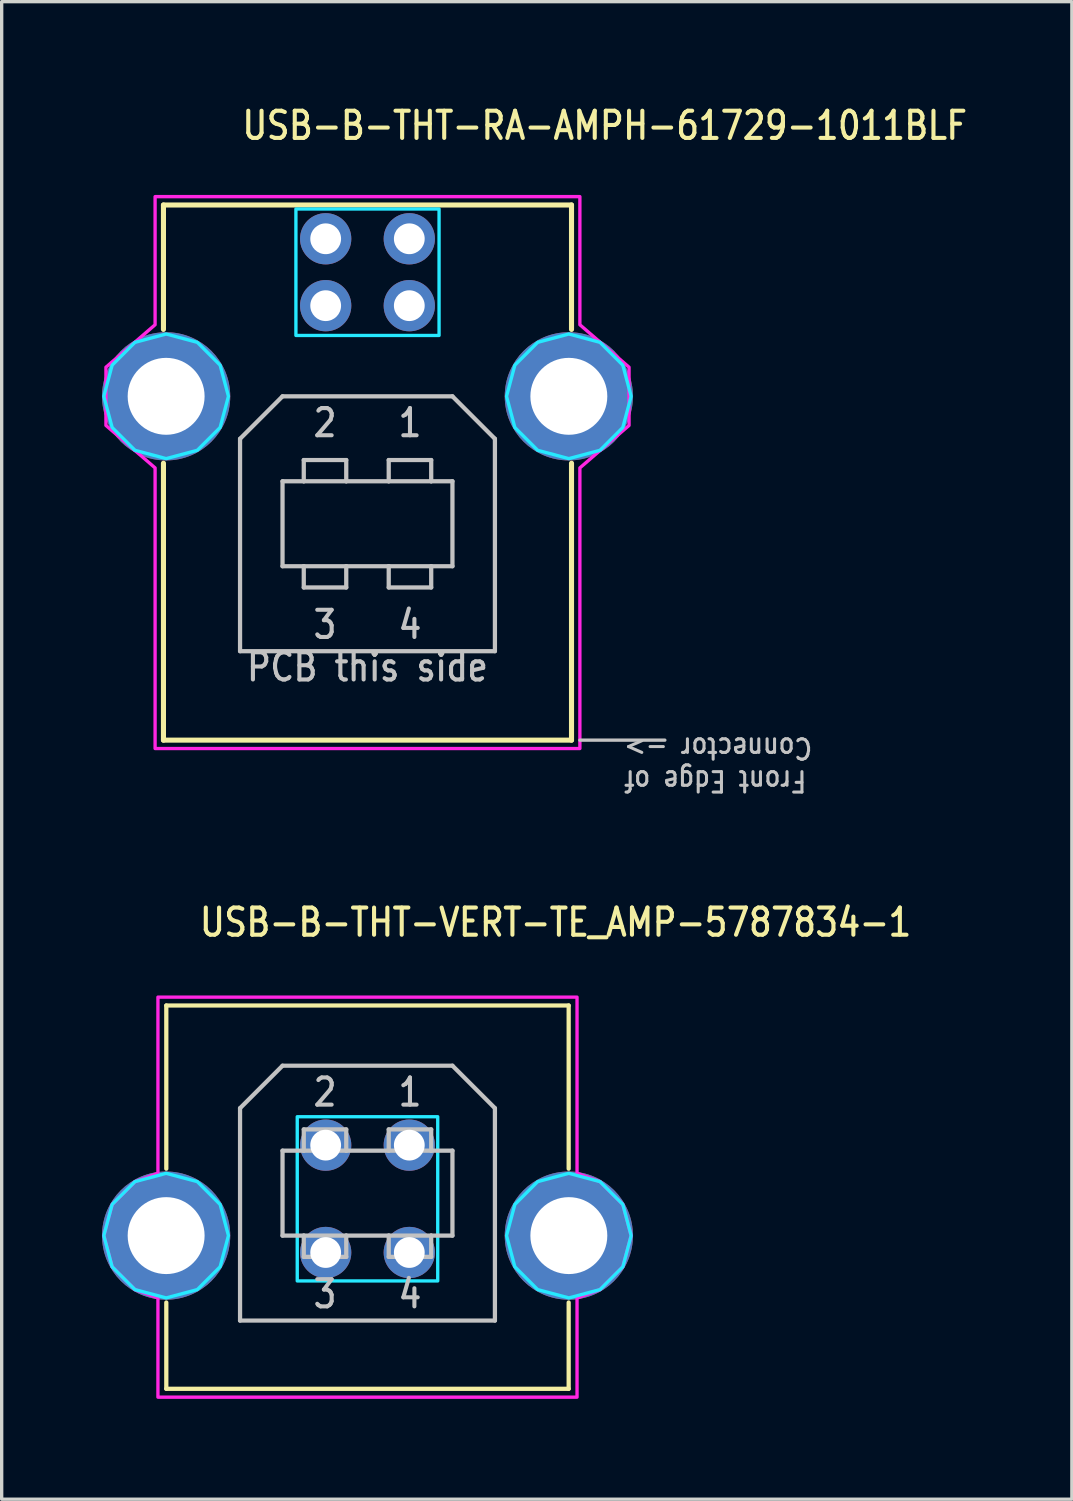
<source format=kicad_pcb>
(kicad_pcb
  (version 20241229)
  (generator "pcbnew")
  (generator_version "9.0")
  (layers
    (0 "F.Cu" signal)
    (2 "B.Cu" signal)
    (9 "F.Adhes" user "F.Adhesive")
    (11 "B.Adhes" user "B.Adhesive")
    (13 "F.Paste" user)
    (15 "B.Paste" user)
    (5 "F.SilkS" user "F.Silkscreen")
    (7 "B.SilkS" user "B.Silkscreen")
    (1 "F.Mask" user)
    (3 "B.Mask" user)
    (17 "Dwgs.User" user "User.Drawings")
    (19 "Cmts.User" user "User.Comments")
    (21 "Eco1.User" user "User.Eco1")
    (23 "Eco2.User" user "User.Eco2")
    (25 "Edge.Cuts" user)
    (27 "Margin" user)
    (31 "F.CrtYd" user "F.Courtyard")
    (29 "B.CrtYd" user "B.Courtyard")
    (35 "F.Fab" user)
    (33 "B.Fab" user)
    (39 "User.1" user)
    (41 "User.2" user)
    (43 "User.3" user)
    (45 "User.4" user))
  (footprint "USB-B-THT-VERT-TE_AMP-5787834-1"
    (layer "F.Cu")
    (at 7.937 33.892)
    (property "Reference" "USB-B-THT-VERT-TE_AMP-5787834-1" (at -5.08 -8.89 0) (unlocked yes) (layer "F.SilkS") (effects (font (size 0.813 0.695) (thickness 0.122)) (justify left bottom)))
    (fp_line (start -6.015 -6.88) (end 6.015 -6.88) (stroke (width 0.127) (type solid)) (layer "F.SilkS"))
    (fp_line (start -6.015 -2) (end -6.015 -6.88) (stroke (width 0.127) (type solid)) (layer "F.SilkS"))
    (fp_line (start -6.015 2) (end -6.015 4.58) (stroke (width 0.127) (type solid)) (layer "F.SilkS"))
    (fp_line (start -6.015 4.58) (end 6.015 4.58) (stroke (width 0.127) (type solid)) (layer "F.SilkS"))
    (fp_line (start 6.015 -6.88) (end 6.015 -2) (stroke (width 0.127) (type solid)) (layer "F.SilkS"))
    (fp_line (start 6.015 4.58) (end 6.015 2) (stroke (width 0.127) (type solid)) (layer "F.SilkS"))
    (fp_line (start -3.81 -3.81) (end -3.81 2.54) (stroke (width 0.127) (type solid)) (layer "Dwgs.User"))
    (fp_line (start -3.81 2.54) (end 3.81 2.54) (stroke (width 0.127) (type solid)) (layer "Dwgs.User"))
    (fp_line (start -2.54 -5.08) (end -3.81 -3.81) (stroke (width 0.127) (type solid)) (layer "Dwgs.User"))
    (fp_line (start -2.54 -2.54) (end -1.905 -2.54) (stroke (width 0.127) (type solid)) (layer "Dwgs.User"))
    (fp_line (start -2.54 0) (end -2.54 -2.54) (stroke (width 0.127) (type solid)) (layer "Dwgs.User"))
    (fp_line (start -1.905 -3.175) (end -1.905 -2.54) (stroke (width 0.127) (type solid)) (layer "Dwgs.User"))
    (fp_line (start -1.905 -2.54) (end -0.635 -2.54) (stroke (width 0.127) (type solid)) (layer "Dwgs.User"))
    (fp_line (start -1.905 0) (end -2.54 0) (stroke (width 0.127) (type solid)) (layer "Dwgs.User"))
    (fp_line (start -1.905 0.635) (end -1.905 0) (stroke (width 0.127) (type solid)) (layer "Dwgs.User"))
    (fp_line (start -0.635 -3.175) (end -1.905 -3.175) (stroke (width 0.127) (type solid)) (layer "Dwgs.User"))
    (fp_line (start -0.635 -2.54) (end -0.635 -3.175) (stroke (width 0.127) (type solid)) (layer "Dwgs.User"))
    (fp_line (start -0.635 -2.54) (end 0.635 -2.54) (stroke (width 0.127) (type solid)) (layer "Dwgs.User"))
    (fp_line (start -0.635 0) (end -1.905 0) (stroke (width 0.127) (type solid)) (layer "Dwgs.User"))
    (fp_line (start -0.635 0) (end -0.635 0.635) (stroke (width 0.127) (type solid)) (layer "Dwgs.User"))
    (fp_line (start -0.635 0.635) (end -1.905 0.635) (stroke (width 0.127) (type solid)) (layer "Dwgs.User"))
    (fp_line (start 0.635 -3.175) (end 0.635 -2.54) (stroke (width 0.127) (type solid)) (layer "Dwgs.User"))
    (fp_line (start 0.635 -2.54) (end 1.905 -2.54) (stroke (width 0.127) (type solid)) (layer "Dwgs.User"))
    (fp_line (start 0.635 0) (end -0.635 0) (stroke (width 0.127) (type solid)) (layer "Dwgs.User"))
    (fp_line (start 0.635 0.635) (end 0.635 0) (stroke (width 0.127) (type solid)) (layer "Dwgs.User"))
    (fp_line (start 1.905 -3.175) (end 0.635 -3.175) (stroke (width 0.127) (type solid)) (layer "Dwgs.User"))
    (fp_line (start 1.905 -2.54) (end 1.905 -3.175) (stroke (width 0.127) (type solid)) (layer "Dwgs.User"))
    (fp_line (start 1.905 -2.54) (end 2.54 -2.54) (stroke (width 0.127) (type solid)) (layer "Dwgs.User"))
    (fp_line (start 1.905 0) (end 0.635 0) (stroke (width 0.127) (type solid)) (layer "Dwgs.User"))
    (fp_line (start 1.905 0) (end 1.905 0.635) (stroke (width 0.127) (type solid)) (layer "Dwgs.User"))
    (fp_line (start 1.905 0.635) (end 0.635 0.635) (stroke (width 0.127) (type solid)) (layer "Dwgs.User"))
    (fp_line (start 2.54 -5.08) (end -2.54 -5.08) (stroke (width 0.127) (type solid)) (layer "Dwgs.User"))
    (fp_line (start 2.54 -2.54) (end 2.54 0) (stroke (width 0.127) (type solid)) (layer "Dwgs.User"))
    (fp_line (start 2.54 0) (end 1.905 0) (stroke (width 0.127) (type solid)) (layer "Dwgs.User"))
    (fp_line (start 3.81 -3.81) (end 2.54 -5.08) (stroke (width 0.127) (type solid)) (layer "Dwgs.User"))
    (fp_line (start 3.81 2.54) (end 3.81 -3.81) (stroke (width 0.127) (type solid)) (layer "Dwgs.User"))
    (fp_poly (pts (xy -2.1 -3.555) (xy 2.1 -3.555) (xy 2.1 1.355) (xy -2.1 1.355)) (stroke (width 0.1) (type solid)) (fill no) (layer "B.CrtYd"))
    (fp_poly (pts (xy -4.157 0) (xy -4.406 -0.932) (xy -5.088 -1.614) (xy -6.02 -1.863) (xy -6.952 -1.614) (xy -7.634 -0.932) (xy -7.883 0) (xy -7.634 0.932) (xy -6.952 1.614) (xy -6.02 1.863) (xy -5.088 1.614) (xy -4.406 0.932)) (stroke (width 0.1) (type solid)) (fill no) (layer "B.CrtYd"))
    (fp_poly (pts (xy 7.883 0) (xy 7.634 -0.932) (xy 6.952 -1.614) (xy 6.02 -1.863) (xy 5.088 -1.614) (xy 4.406 -0.932) (xy 4.157 0) (xy 4.406 0.932) (xy 5.088 1.614) (xy 6.02 1.863) (xy 6.952 1.614) (xy 7.634 0.932)) (stroke (width 0.1) (type solid)) (fill no) (layer "B.CrtYd"))
    (fp_poly (pts (xy -6.265 -1.863) (xy -6.265 -7.13) (xy 6.265 -7.13) (xy 6.265 -1.863) (xy 6.952 -1.614) (xy 7.634 -0.932) (xy 7.883 0) (xy 7.634 0.932) (xy 6.952 1.614) (xy 6.265 1.863) (xy 6.265 4.83) (xy -6.265 4.83) (xy -6.265 1.863) (xy -6.952 1.614) (xy -7.634 0.932) (xy -7.883 0) (xy -7.634 -0.932) (xy -6.952 -1.614)) (stroke (width 0.1) (type solid)) (fill no) (layer "F.CrtYd"))
    (fp_text user "4" (at 1.27 1.27 0) (unlocked yes) (layer "Dwgs.User") (effects (font (size 0.813 0.695) (thickness 0.122)) (justify top)))
    (fp_text user "1" (at 1.27 -3.81 0) (unlocked yes) (layer "Dwgs.User") (effects (font (size 0.813 0.695) (thickness 0.122)) (justify bottom)))
    (fp_text user "2" (at -1.27 -3.81 0) (unlocked yes) (layer "Dwgs.User") (effects (font (size 0.813 0.695) (thickness 0.122)) (justify bottom)))
    (fp_text user "3" (at -1.27 1.27 0) (unlocked yes) (layer "Dwgs.User") (effects (font (size 0.813 0.695) (thickness 0.122)) (justify top)))
    (pad "1" thru_hole oval (at 1.25 -2.705) (size 1.533 1.533) (drill 0.92) (layers "*.Cu" "*.Mask"))
    (pad "2" thru_hole oval (at -1.25 -2.705) (size 1.533 1.533) (drill 0.92) (layers "*.Cu" "*.Mask"))
    (pad "3" thru_hole oval (at -1.25 0.505) (size 1.533 1.533) (drill 0.92) (layers "*.Cu" "*.Mask"))
    (pad "4" thru_hole oval (at 1.25 0.505) (size 1.533 1.533) (drill 0.92) (layers "*.Cu" "*.Mask"))
    (pad "SHELL1" thru_hole oval (at -6.02 0) (size 3.833 3.833) (drill 2.3) (layers "*.Cu" "*.Mask"))
    (pad "SHELL2" thru_hole oval (at 6.02 0) (size 3.833 3.833) (drill 2.3) (layers "*.Cu" "*.Mask")))
  (footprint "USB-B-THT-RA-AMPH-61729-1011BLF"
    (layer "F.Cu")
    (at 7.937 8.799)
    (property "Reference" "USB-B-THT-RA-AMPH-61729-1011BLF" (at -3.81 -7.62 0) (unlocked yes) (layer "F.SilkS") (effects (font (size 0.813 0.695) (thickness 0.122)) (justify left bottom)))
    (fp_line (start -6.1 -5.72) (end 6.1 -5.72) (stroke (width 0.152) (type solid)) (layer "F.SilkS"))
    (fp_line (start -6.1 -2) (end -6.1 -5.72) (stroke (width 0.152) (type solid)) (layer "F.SilkS"))
    (fp_line (start -6.1 10.28) (end -6.1 2) (stroke (width 0.152) (type solid)) (layer "F.SilkS"))
    (fp_line (start 6.1 -5.72) (end 6.1 -2) (stroke (width 0.152) (type solid)) (layer "F.SilkS"))
    (fp_line (start 6.1 2) (end 6.1 10.28) (stroke (width 0.152) (type solid)) (layer "F.SilkS"))
    (fp_line (start 6.1 10.28) (end -6.1 10.28) (stroke (width 0.152) (type solid)) (layer "F.SilkS"))
    (fp_line (start -3.81 1.27) (end -3.81 7.62) (stroke (width 0.127) (type solid)) (layer "Dwgs.User"))
    (fp_line (start -3.81 7.62) (end 3.81 7.62) (stroke (width 0.127) (type solid)) (layer "Dwgs.User"))
    (fp_line (start -2.54 0) (end -3.81 1.27) (stroke (width 0.127) (type solid)) (layer "Dwgs.User"))
    (fp_line (start -2.54 2.54) (end -1.905 2.54) (stroke (width 0.127) (type solid)) (layer "Dwgs.User"))
    (fp_line (start -2.54 5.08) (end -2.54 2.54) (stroke (width 0.127) (type solid)) (layer "Dwgs.User"))
    (fp_line (start -1.905 1.905) (end -1.905 2.54) (stroke (width 0.127) (type solid)) (layer "Dwgs.User"))
    (fp_line (start -1.905 2.54) (end -0.635 2.54) (stroke (width 0.127) (type solid)) (layer "Dwgs.User"))
    (fp_line (start -1.905 5.08) (end -2.54 5.08) (stroke (width 0.127) (type solid)) (layer "Dwgs.User"))
    (fp_line (start -1.905 5.715) (end -1.905 5.08) (stroke (width 0.127) (type solid)) (layer "Dwgs.User"))
    (fp_line (start -0.635 1.905) (end -1.905 1.905) (stroke (width 0.127) (type solid)) (layer "Dwgs.User"))
    (fp_line (start -0.635 2.54) (end -0.635 1.905) (stroke (width 0.127) (type solid)) (layer "Dwgs.User"))
    (fp_line (start -0.635 2.54) (end 0.635 2.54) (stroke (width 0.127) (type solid)) (layer "Dwgs.User"))
    (fp_line (start -0.635 5.08) (end -1.905 5.08) (stroke (width 0.127) (type solid)) (layer "Dwgs.User"))
    (fp_line (start -0.635 5.08) (end -0.635 5.715) (stroke (width 0.127) (type solid)) (layer "Dwgs.User"))
    (fp_line (start -0.635 5.715) (end -1.905 5.715) (stroke (width 0.127) (type solid)) (layer "Dwgs.User"))
    (fp_line (start 0.635 1.905) (end 0.635 2.54) (stroke (width 0.127) (type solid)) (layer "Dwgs.User"))
    (fp_line (start 0.635 2.54) (end 1.905 2.54) (stroke (width 0.127) (type solid)) (layer "Dwgs.User"))
    (fp_line (start 0.635 5.08) (end -0.635 5.08) (stroke (width 0.127) (type solid)) (layer "Dwgs.User"))
    (fp_line (start 0.635 5.715) (end 0.635 5.08) (stroke (width 0.127) (type solid)) (layer "Dwgs.User"))
    (fp_line (start 1.905 1.905) (end 0.635 1.905) (stroke (width 0.127) (type solid)) (layer "Dwgs.User"))
    (fp_line (start 1.905 2.54) (end 1.905 1.905) (stroke (width 0.127) (type solid)) (layer "Dwgs.User"))
    (fp_line (start 1.905 2.54) (end 2.54 2.54) (stroke (width 0.127) (type solid)) (layer "Dwgs.User"))
    (fp_line (start 1.905 5.08) (end 0.635 5.08) (stroke (width 0.127) (type solid)) (layer "Dwgs.User"))
    (fp_line (start 1.905 5.08) (end 1.905 5.715) (stroke (width 0.127) (type solid)) (layer "Dwgs.User"))
    (fp_line (start 1.905 5.715) (end 0.635 5.715) (stroke (width 0.127) (type solid)) (layer "Dwgs.User"))
    (fp_line (start 2.54 0) (end -2.54 0) (stroke (width 0.127) (type solid)) (layer "Dwgs.User"))
    (fp_line (start 2.54 2.54) (end 2.54 5.08) (stroke (width 0.127) (type solid)) (layer "Dwgs.User"))
    (fp_line (start 2.54 5.08) (end 1.905 5.08) (stroke (width 0.127) (type solid)) (layer "Dwgs.User"))
    (fp_line (start 3.81 1.27) (end 2.54 0) (stroke (width 0.127) (type solid)) (layer "Dwgs.User"))
    (fp_line (start 3.81 7.62) (end 3.81 1.27) (stroke (width 0.127) (type solid)) (layer "Dwgs.User"))
    (fp_line (start 6.35 10.28) (end 8.89 10.28) (stroke (width 0.1) (type solid)) (layer "Dwgs.User"))
    (fp_poly (pts (xy -2.14 -5.6) (xy 2.14 -5.6) (xy 2.14 -1.82) (xy -2.14 -1.82)) (stroke (width 0.1) (type solid)) (fill no) (layer "B.CrtYd"))
    (fp_poly (pts (xy -4.157 0) (xy -4.406 -0.932) (xy -5.088 -1.614) (xy -6.02 -1.863) (xy -6.952 -1.614) (xy -7.634 -0.932) (xy -7.883 0) (xy -7.634 0.932) (xy -6.952 1.614) (xy -6.02 1.863) (xy -5.088 1.614) (xy -4.406 0.932)) (stroke (width 0.1) (type solid)) (fill no) (layer "B.CrtYd"))
    (fp_poly (pts (xy 7.883 0) (xy 7.634 -0.932) (xy 6.952 -1.614) (xy 6.02 -1.863) (xy 5.088 -1.614) (xy 4.406 -0.932) (xy 4.157 0) (xy 4.406 0.932) (xy 5.088 1.614) (xy 6.02 1.863) (xy 6.952 1.614) (xy 7.634 0.932)) (stroke (width 0.1) (type solid)) (fill no) (layer "B.CrtYd"))
    (fp_poly (pts (xy -6.35 -5.97) (xy 6.35 -5.97) (xy 6.35 -2.14) (xy 7.82 -0.87) (xy 7.82 0.87) (xy 6.35 2.14) (xy 6.35 10.53) (xy -6.35 10.53) (xy -6.35 2.14) (xy -7.82 0.87) (xy -7.82 -0.87) (xy -6.35 -2.14)) (stroke (width 0.1) (type solid)) (fill no) (layer "F.CrtYd"))
    (fp_text user "4" (at 1.27 6.35 0) (unlocked yes) (layer "Dwgs.User") (effects (font (size 0.813 0.695) (thickness 0.122)) (justify top)))
    (fp_text user "PCB this side" (at 0 7.62 0) (unlocked yes) (layer "Dwgs.User") (effects (font (size 0.813 0.695) (thickness 0.122)) (justify top)))
    (fp_text user "2" (at -1.27 1.27 0) (unlocked yes) (layer "Dwgs.User") (effects (font (size 0.813 0.695) (thickness 0.122)) (justify bottom)))
    (fp_text user "3" (at -1.27 6.35 0) (unlocked yes) (layer "Dwgs.User") (effects (font (size 0.813 0.695) (thickness 0.122)) (justify top)))
    (fp_text user "1" (at 1.27 1.27 0) (unlocked yes) (layer "Dwgs.User") (effects (font (size 0.813 0.695) (thickness 0.122)) (justify bottom)))
    (fp_text user "Front Edge of\nConnector ->" (at 7.62 10.16 180) (unlocked yes) (layer "Dwgs.User") (effects (font (size 0.61 0.521) (thickness 0.091)) (justify right bottom)))
    (pad "1" thru_hole oval (at 1.25 -4.71) (size 1.533 1.533) (drill 0.92) (layers "*.Cu" "*.Mask"))
    (pad "2" thru_hole oval (at -1.25 -4.71) (size 1.533 1.533) (drill 0.92) (layers "*.Cu" "*.Mask"))
    (pad "3" thru_hole oval (at -1.25 -2.71) (size 1.533 1.533) (drill 0.92) (layers "*.Cu" "*.Mask"))
    (pad "4" thru_hole oval (at 1.25 -2.71) (size 1.533 1.533) (drill 0.92) (layers "*.Cu" "*.Mask"))
    (pad "SHELL1" thru_hole oval (at 6.02 0) (size 3.833 3.833) (drill 2.3) (layers "*.Cu" "*.Mask"))
    (pad "SHELL2" thru_hole oval (at -6.02 0) (size 3.833 3.833) (drill 2.3) (layers "*.Cu" "*.Mask")))
  (gr_rect
    (start -3 -3)
    (end 28.996 41.772)
    (stroke (width 0.1) (type default))
    (fill no)
    (layer "Edge.Cuts")))
</source>
